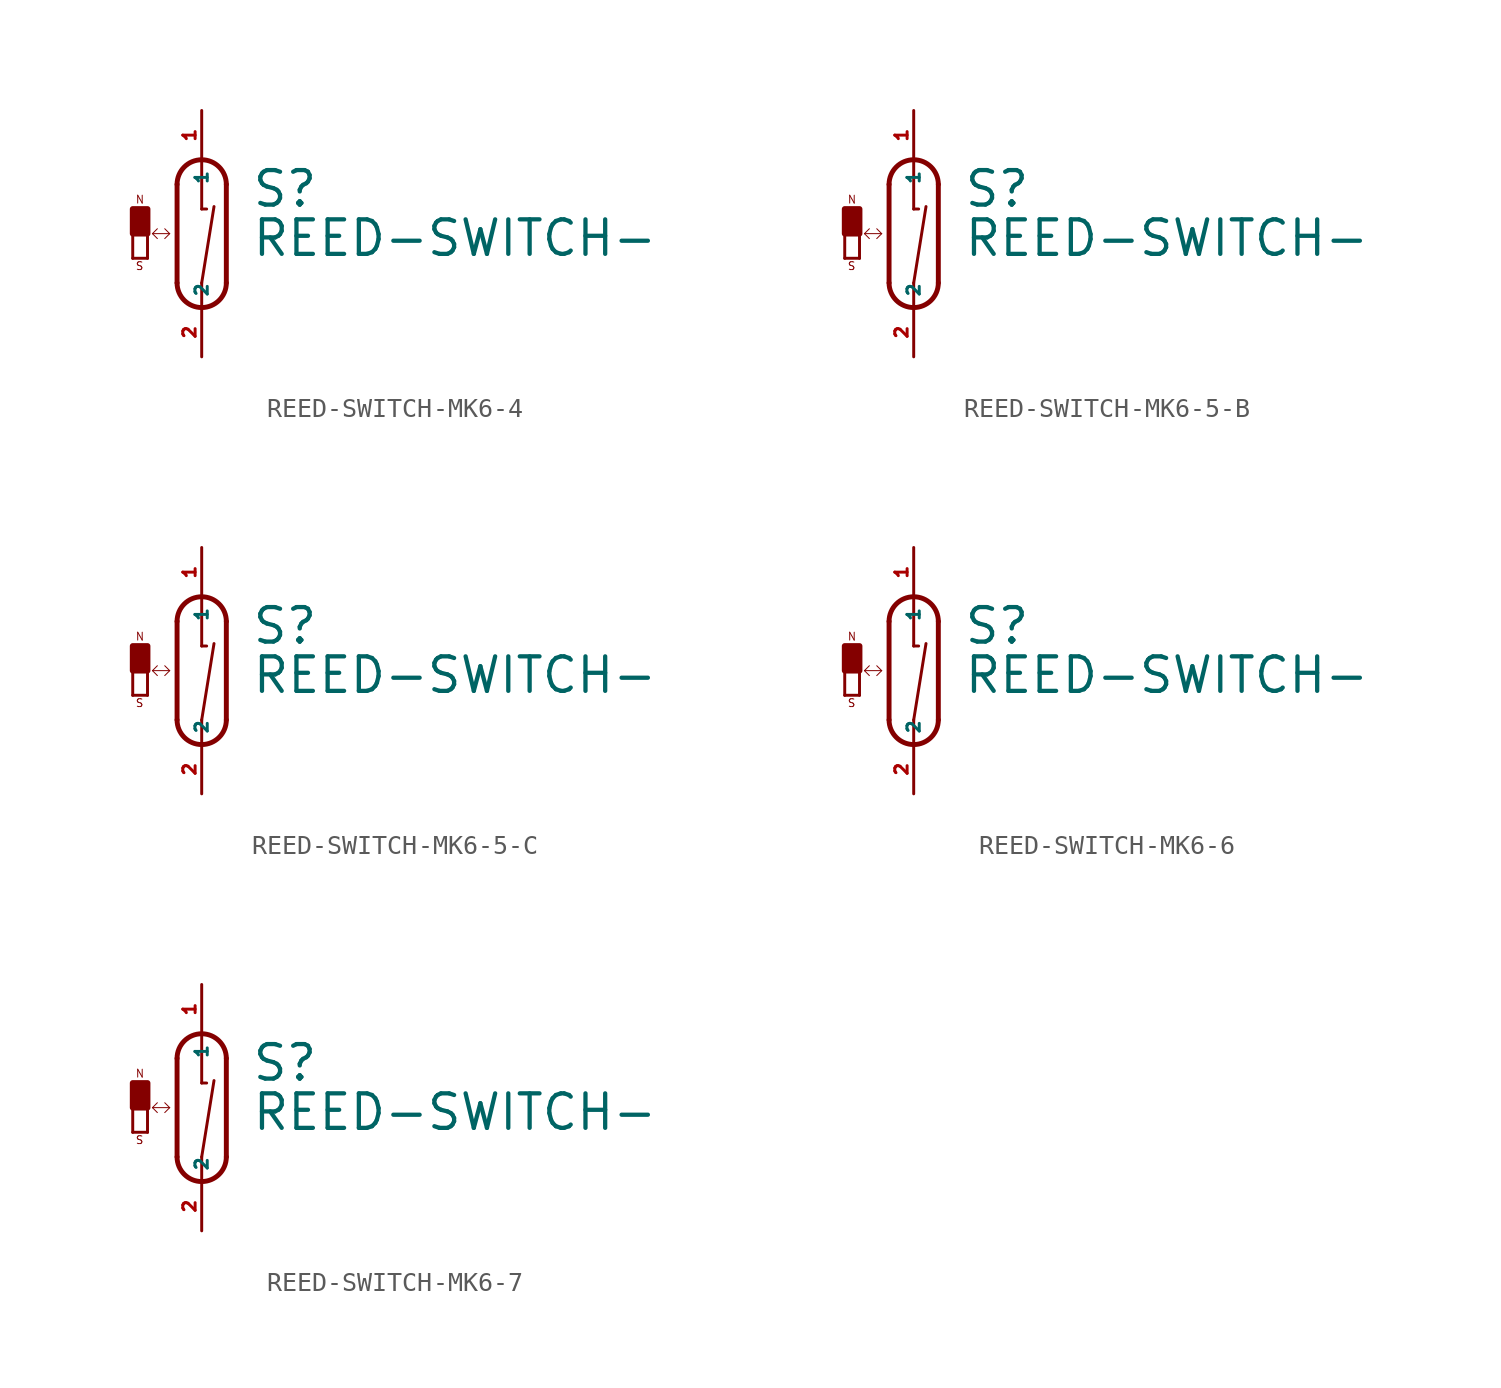
<source format=kicad_sym>
(kicad_symbol_lib
  (version 20220914)
  (generator Eagle2Kicad)
  (symbol "REED-SWITCH-MK6-4"
    (property "Reference" "S"
      (at 2.54 2.54 0)
      (effects (font (size 1.778 1.778) (thickness 0.22)) (justify left bottom)))
    (property "Value" "REED-SWITCH-"
      (at 2.54 0 0)
      (effects (font (size 1.778 1.778) (thickness 0.22)) (justify left bottom)))
    (polyline
      (pts (xy 0 -2.54) (xy 0 -1.27))
      (stroke (width 0.152) (type default))
      (fill (type none)))
    (polyline
      (pts (xy 0 -1.27) (xy 0.635 2.667))
      (stroke (width 0.152) (type default))
      (fill (type none)))
    (polyline
      (pts (xy 0.254 2.54) (xy 0 2.54))
      (stroke (width 0.152) (type default))
      (fill (type none)))
    (polyline
      (pts (xy 0 2.54) (xy 0 5.08))
      (stroke (width 0.152) (type default))
      (fill (type none)))
    (polyline
      (pts (xy -1.27 3.81) (xy -1.27 -1.27))
      (stroke (width 0.254) (type default))
      (fill (type none)))
    (arc
      (start -1.27 -1.27)
      (mid 0.000 -2.540)
      (end 1.27 -1.27)
      (stroke (width 0.254) (type default))
      (fill (type none)))
    (polyline
      (pts (xy 1.27 -1.27) (xy 1.27 3.81))
      (stroke (width 0.254) (type default))
      (fill (type none)))
    (arc
      (start 1.27 3.81)
      (mid 0.000 5.080)
      (end -1.27 3.81)
      (stroke (width 0.254) (type default))
      (fill (type none)))
    (polyline
      (pts (xy -3.556 2.54) (xy -2.794 2.54))
      (stroke (width 0.152) (type default))
      (fill (type none)))
    (polyline
      (pts (xy -2.794 2.54) (xy -2.794 0))
      (stroke (width 0.152) (type default))
      (fill (type none)))
    (polyline
      (pts (xy -2.794 0) (xy -3.556 0))
      (stroke (width 0.152) (type default))
      (fill (type none)))
    (polyline
      (pts (xy -3.556 0) (xy -3.556 2.54))
      (stroke (width 0.152) (type default))
      (fill (type none)))
    (polyline
      (pts (xy -2.54 1.27) (xy -1.651 1.27))
      (stroke (width 0.051) (type default))
      (fill (type none)))
    (polyline
      (pts (xy -1.651 1.27) (xy -1.905 1.524))
      (stroke (width 0.051) (type default))
      (fill (type none)))
    (polyline
      (pts (xy -1.651 1.27) (xy -1.905 1.016))
      (stroke (width 0.051) (type default))
      (fill (type none)))
    (polyline
      (pts (xy -2.286 1.524) (xy -2.54 1.27))
      (stroke (width 0.051) (type default))
      (fill (type none)))
    (polyline
      (pts (xy -2.286 1.016) (xy -2.54 1.27))
      (stroke (width 0.051) (type default))
      (fill (type none)))
    (text "N"
      (at -3.429 2.794 0)
      (effects (font (size 0.406 0.406) (thickness 0.05)) (justify left bottom)))
    (text "S"
      (at -3.429 -0.635 0)
      (effects (font (size 0.406 0.406) (thickness 0.05)) (justify left bottom)))
    (rectangle
      (start -3.556 1.27)
      (end -2.794 2.54)
      (stroke (width 0.3) (type default))
      (fill (type outline)))
    (pin passive line
      (at 0 7.62 270)
      (length 2.54)
      (name "1" (effects (font (size 0.635 0.635) (thickness 0.08)) (justify left bottom)))
      (number "1" (effects (font (size 0.635 0.635) (thickness 0.08)) (justify left bottom))))
    (pin passive line
      (at 0 -5.08 90)
      (length 2.54)
      (name "2" (effects (font (size 0.635 0.635) (thickness 0.08)) (justify left bottom)))
      (number "2" (effects (font (size 0.635 0.635) (thickness 0.08)) (justify left bottom)))))
  (symbol "REED-SWITCH-MK6-5-B"
    (property "Reference" "S"
      (at 2.54 2.54 0)
      (effects (font (size 1.778 1.778) (thickness 0.22)) (justify left bottom)))
    (property "Value" "REED-SWITCH-"
      (at 2.54 0 0)
      (effects (font (size 1.778 1.778) (thickness 0.22)) (justify left bottom)))
    (polyline
      (pts (xy 0 -2.54) (xy 0 -1.27))
      (stroke (width 0.152) (type default))
      (fill (type none)))
    (polyline
      (pts (xy 0 -1.27) (xy 0.635 2.667))
      (stroke (width 0.152) (type default))
      (fill (type none)))
    (polyline
      (pts (xy 0.254 2.54) (xy 0 2.54))
      (stroke (width 0.152) (type default))
      (fill (type none)))
    (polyline
      (pts (xy 0 2.54) (xy 0 5.08))
      (stroke (width 0.152) (type default))
      (fill (type none)))
    (polyline
      (pts (xy -1.27 3.81) (xy -1.27 -1.27))
      (stroke (width 0.254) (type default))
      (fill (type none)))
    (arc
      (start -1.27 -1.27)
      (mid 0.000 -2.540)
      (end 1.27 -1.27)
      (stroke (width 0.254) (type default))
      (fill (type none)))
    (polyline
      (pts (xy 1.27 -1.27) (xy 1.27 3.81))
      (stroke (width 0.254) (type default))
      (fill (type none)))
    (arc
      (start 1.27 3.81)
      (mid 0.000 5.080)
      (end -1.27 3.81)
      (stroke (width 0.254) (type default))
      (fill (type none)))
    (polyline
      (pts (xy -3.556 2.54) (xy -2.794 2.54))
      (stroke (width 0.152) (type default))
      (fill (type none)))
    (polyline
      (pts (xy -2.794 2.54) (xy -2.794 0))
      (stroke (width 0.152) (type default))
      (fill (type none)))
    (polyline
      (pts (xy -2.794 0) (xy -3.556 0))
      (stroke (width 0.152) (type default))
      (fill (type none)))
    (polyline
      (pts (xy -3.556 0) (xy -3.556 2.54))
      (stroke (width 0.152) (type default))
      (fill (type none)))
    (polyline
      (pts (xy -2.54 1.27) (xy -1.651 1.27))
      (stroke (width 0.051) (type default))
      (fill (type none)))
    (polyline
      (pts (xy -1.651 1.27) (xy -1.905 1.524))
      (stroke (width 0.051) (type default))
      (fill (type none)))
    (polyline
      (pts (xy -1.651 1.27) (xy -1.905 1.016))
      (stroke (width 0.051) (type default))
      (fill (type none)))
    (polyline
      (pts (xy -2.286 1.524) (xy -2.54 1.27))
      (stroke (width 0.051) (type default))
      (fill (type none)))
    (polyline
      (pts (xy -2.286 1.016) (xy -2.54 1.27))
      (stroke (width 0.051) (type default))
      (fill (type none)))
    (text "N"
      (at -3.429 2.794 0)
      (effects (font (size 0.406 0.406) (thickness 0.05)) (justify left bottom)))
    (text "S"
      (at -3.429 -0.635 0)
      (effects (font (size 0.406 0.406) (thickness 0.05)) (justify left bottom)))
    (rectangle
      (start -3.556 1.27)
      (end -2.794 2.54)
      (stroke (width 0.3) (type default))
      (fill (type outline)))
    (pin passive line
      (at 0 7.62 270)
      (length 2.54)
      (name "1" (effects (font (size 0.635 0.635) (thickness 0.08)) (justify left bottom)))
      (number "1" (effects (font (size 0.635 0.635) (thickness 0.08)) (justify left bottom))))
    (pin passive line
      (at 0 -5.08 90)
      (length 2.54)
      (name "2" (effects (font (size 0.635 0.635) (thickness 0.08)) (justify left bottom)))
      (number "2" (effects (font (size 0.635 0.635) (thickness 0.08)) (justify left bottom)))))
  (symbol "REED-SWITCH-MK6-5-C"
    (property "Reference" "S"
      (at 2.54 2.54 0)
      (effects (font (size 1.778 1.778) (thickness 0.22)) (justify left bottom)))
    (property "Value" "REED-SWITCH-"
      (at 2.54 0 0)
      (effects (font (size 1.778 1.778) (thickness 0.22)) (justify left bottom)))
    (polyline
      (pts (xy 0 -2.54) (xy 0 -1.27))
      (stroke (width 0.152) (type default))
      (fill (type none)))
    (polyline
      (pts (xy 0 -1.27) (xy 0.635 2.667))
      (stroke (width 0.152) (type default))
      (fill (type none)))
    (polyline
      (pts (xy 0.254 2.54) (xy 0 2.54))
      (stroke (width 0.152) (type default))
      (fill (type none)))
    (polyline
      (pts (xy 0 2.54) (xy 0 5.08))
      (stroke (width 0.152) (type default))
      (fill (type none)))
    (polyline
      (pts (xy -1.27 3.81) (xy -1.27 -1.27))
      (stroke (width 0.254) (type default))
      (fill (type none)))
    (arc
      (start -1.27 -1.27)
      (mid 0.000 -2.540)
      (end 1.27 -1.27)
      (stroke (width 0.254) (type default))
      (fill (type none)))
    (polyline
      (pts (xy 1.27 -1.27) (xy 1.27 3.81))
      (stroke (width 0.254) (type default))
      (fill (type none)))
    (arc
      (start 1.27 3.81)
      (mid 0.000 5.080)
      (end -1.27 3.81)
      (stroke (width 0.254) (type default))
      (fill (type none)))
    (polyline
      (pts (xy -3.556 2.54) (xy -2.794 2.54))
      (stroke (width 0.152) (type default))
      (fill (type none)))
    (polyline
      (pts (xy -2.794 2.54) (xy -2.794 0))
      (stroke (width 0.152) (type default))
      (fill (type none)))
    (polyline
      (pts (xy -2.794 0) (xy -3.556 0))
      (stroke (width 0.152) (type default))
      (fill (type none)))
    (polyline
      (pts (xy -3.556 0) (xy -3.556 2.54))
      (stroke (width 0.152) (type default))
      (fill (type none)))
    (polyline
      (pts (xy -2.54 1.27) (xy -1.651 1.27))
      (stroke (width 0.051) (type default))
      (fill (type none)))
    (polyline
      (pts (xy -1.651 1.27) (xy -1.905 1.524))
      (stroke (width 0.051) (type default))
      (fill (type none)))
    (polyline
      (pts (xy -1.651 1.27) (xy -1.905 1.016))
      (stroke (width 0.051) (type default))
      (fill (type none)))
    (polyline
      (pts (xy -2.286 1.524) (xy -2.54 1.27))
      (stroke (width 0.051) (type default))
      (fill (type none)))
    (polyline
      (pts (xy -2.286 1.016) (xy -2.54 1.27))
      (stroke (width 0.051) (type default))
      (fill (type none)))
    (text "N"
      (at -3.429 2.794 0)
      (effects (font (size 0.406 0.406) (thickness 0.05)) (justify left bottom)))
    (text "S"
      (at -3.429 -0.635 0)
      (effects (font (size 0.406 0.406) (thickness 0.05)) (justify left bottom)))
    (rectangle
      (start -3.556 1.27)
      (end -2.794 2.54)
      (stroke (width 0.3) (type default))
      (fill (type outline)))
    (pin passive line
      (at 0 7.62 270)
      (length 2.54)
      (name "1" (effects (font (size 0.635 0.635) (thickness 0.08)) (justify left bottom)))
      (number "1" (effects (font (size 0.635 0.635) (thickness 0.08)) (justify left bottom))))
    (pin passive line
      (at 0 -5.08 90)
      (length 2.54)
      (name "2" (effects (font (size 0.635 0.635) (thickness 0.08)) (justify left bottom)))
      (number "2" (effects (font (size 0.635 0.635) (thickness 0.08)) (justify left bottom)))))
  (symbol "REED-SWITCH-MK6-6"
    (property "Reference" "S"
      (at 2.54 2.54 0)
      (effects (font (size 1.778 1.778) (thickness 0.22)) (justify left bottom)))
    (property "Value" "REED-SWITCH-"
      (at 2.54 0 0)
      (effects (font (size 1.778 1.778) (thickness 0.22)) (justify left bottom)))
    (polyline
      (pts (xy 0 -2.54) (xy 0 -1.27))
      (stroke (width 0.152) (type default))
      (fill (type none)))
    (polyline
      (pts (xy 0 -1.27) (xy 0.635 2.667))
      (stroke (width 0.152) (type default))
      (fill (type none)))
    (polyline
      (pts (xy 0.254 2.54) (xy 0 2.54))
      (stroke (width 0.152) (type default))
      (fill (type none)))
    (polyline
      (pts (xy 0 2.54) (xy 0 5.08))
      (stroke (width 0.152) (type default))
      (fill (type none)))
    (polyline
      (pts (xy -1.27 3.81) (xy -1.27 -1.27))
      (stroke (width 0.254) (type default))
      (fill (type none)))
    (arc
      (start -1.27 -1.27)
      (mid 0.000 -2.540)
      (end 1.27 -1.27)
      (stroke (width 0.254) (type default))
      (fill (type none)))
    (polyline
      (pts (xy 1.27 -1.27) (xy 1.27 3.81))
      (stroke (width 0.254) (type default))
      (fill (type none)))
    (arc
      (start 1.27 3.81)
      (mid 0.000 5.080)
      (end -1.27 3.81)
      (stroke (width 0.254) (type default))
      (fill (type none)))
    (polyline
      (pts (xy -3.556 2.54) (xy -2.794 2.54))
      (stroke (width 0.152) (type default))
      (fill (type none)))
    (polyline
      (pts (xy -2.794 2.54) (xy -2.794 0))
      (stroke (width 0.152) (type default))
      (fill (type none)))
    (polyline
      (pts (xy -2.794 0) (xy -3.556 0))
      (stroke (width 0.152) (type default))
      (fill (type none)))
    (polyline
      (pts (xy -3.556 0) (xy -3.556 2.54))
      (stroke (width 0.152) (type default))
      (fill (type none)))
    (polyline
      (pts (xy -2.54 1.27) (xy -1.651 1.27))
      (stroke (width 0.051) (type default))
      (fill (type none)))
    (polyline
      (pts (xy -1.651 1.27) (xy -1.905 1.524))
      (stroke (width 0.051) (type default))
      (fill (type none)))
    (polyline
      (pts (xy -1.651 1.27) (xy -1.905 1.016))
      (stroke (width 0.051) (type default))
      (fill (type none)))
    (polyline
      (pts (xy -2.286 1.524) (xy -2.54 1.27))
      (stroke (width 0.051) (type default))
      (fill (type none)))
    (polyline
      (pts (xy -2.286 1.016) (xy -2.54 1.27))
      (stroke (width 0.051) (type default))
      (fill (type none)))
    (text "N"
      (at -3.429 2.794 0)
      (effects (font (size 0.406 0.406) (thickness 0.05)) (justify left bottom)))
    (text "S"
      (at -3.429 -0.635 0)
      (effects (font (size 0.406 0.406) (thickness 0.05)) (justify left bottom)))
    (rectangle
      (start -3.556 1.27)
      (end -2.794 2.54)
      (stroke (width 0.3) (type default))
      (fill (type outline)))
    (pin passive line
      (at 0 7.62 270)
      (length 2.54)
      (name "1" (effects (font (size 0.635 0.635) (thickness 0.08)) (justify left bottom)))
      (number "1" (effects (font (size 0.635 0.635) (thickness 0.08)) (justify left bottom))))
    (pin passive line
      (at 0 -5.08 90)
      (length 2.54)
      (name "2" (effects (font (size 0.635 0.635) (thickness 0.08)) (justify left bottom)))
      (number "2" (effects (font (size 0.635 0.635) (thickness 0.08)) (justify left bottom)))))
  (symbol "REED-SWITCH-MK6-7"
    (property "Reference" "S"
      (at 2.54 2.54 0)
      (effects (font (size 1.778 1.778) (thickness 0.22)) (justify left bottom)))
    (property "Value" "REED-SWITCH-"
      (at 2.54 0 0)
      (effects (font (size 1.778 1.778) (thickness 0.22)) (justify left bottom)))
    (polyline
      (pts (xy 0 -2.54) (xy 0 -1.27))
      (stroke (width 0.152) (type default))
      (fill (type none)))
    (polyline
      (pts (xy 0 -1.27) (xy 0.635 2.667))
      (stroke (width 0.152) (type default))
      (fill (type none)))
    (polyline
      (pts (xy 0.254 2.54) (xy 0 2.54))
      (stroke (width 0.152) (type default))
      (fill (type none)))
    (polyline
      (pts (xy 0 2.54) (xy 0 5.08))
      (stroke (width 0.152) (type default))
      (fill (type none)))
    (polyline
      (pts (xy -1.27 3.81) (xy -1.27 -1.27))
      (stroke (width 0.254) (type default))
      (fill (type none)))
    (arc
      (start -1.27 -1.27)
      (mid 0.000 -2.540)
      (end 1.27 -1.27)
      (stroke (width 0.254) (type default))
      (fill (type none)))
    (polyline
      (pts (xy 1.27 -1.27) (xy 1.27 3.81))
      (stroke (width 0.254) (type default))
      (fill (type none)))
    (arc
      (start 1.27 3.81)
      (mid 0.000 5.080)
      (end -1.27 3.81)
      (stroke (width 0.254) (type default))
      (fill (type none)))
    (polyline
      (pts (xy -3.556 2.54) (xy -2.794 2.54))
      (stroke (width 0.152) (type default))
      (fill (type none)))
    (polyline
      (pts (xy -2.794 2.54) (xy -2.794 0))
      (stroke (width 0.152) (type default))
      (fill (type none)))
    (polyline
      (pts (xy -2.794 0) (xy -3.556 0))
      (stroke (width 0.152) (type default))
      (fill (type none)))
    (polyline
      (pts (xy -3.556 0) (xy -3.556 2.54))
      (stroke (width 0.152) (type default))
      (fill (type none)))
    (polyline
      (pts (xy -2.54 1.27) (xy -1.651 1.27))
      (stroke (width 0.051) (type default))
      (fill (type none)))
    (polyline
      (pts (xy -1.651 1.27) (xy -1.905 1.524))
      (stroke (width 0.051) (type default))
      (fill (type none)))
    (polyline
      (pts (xy -1.651 1.27) (xy -1.905 1.016))
      (stroke (width 0.051) (type default))
      (fill (type none)))
    (polyline
      (pts (xy -2.286 1.524) (xy -2.54 1.27))
      (stroke (width 0.051) (type default))
      (fill (type none)))
    (polyline
      (pts (xy -2.286 1.016) (xy -2.54 1.27))
      (stroke (width 0.051) (type default))
      (fill (type none)))
    (text "N"
      (at -3.429 2.794 0)
      (effects (font (size 0.406 0.406) (thickness 0.05)) (justify left bottom)))
    (text "S"
      (at -3.429 -0.635 0)
      (effects (font (size 0.406 0.406) (thickness 0.05)) (justify left bottom)))
    (rectangle
      (start -3.556 1.27)
      (end -2.794 2.54)
      (stroke (width 0.3) (type default))
      (fill (type outline)))
    (pin passive line
      (at 0 7.62 270)
      (length 2.54)
      (name "1" (effects (font (size 0.635 0.635) (thickness 0.08)) (justify left bottom)))
      (number "1" (effects (font (size 0.635 0.635) (thickness 0.08)) (justify left bottom))))
    (pin passive line
      (at 0 -5.08 90)
      (length 2.54)
      (name "2" (effects (font (size 0.635 0.635) (thickness 0.08)) (justify left bottom)))
      (number "2" (effects (font (size 0.635 0.635) (thickness 0.08)) (justify left bottom))))))
</source>
